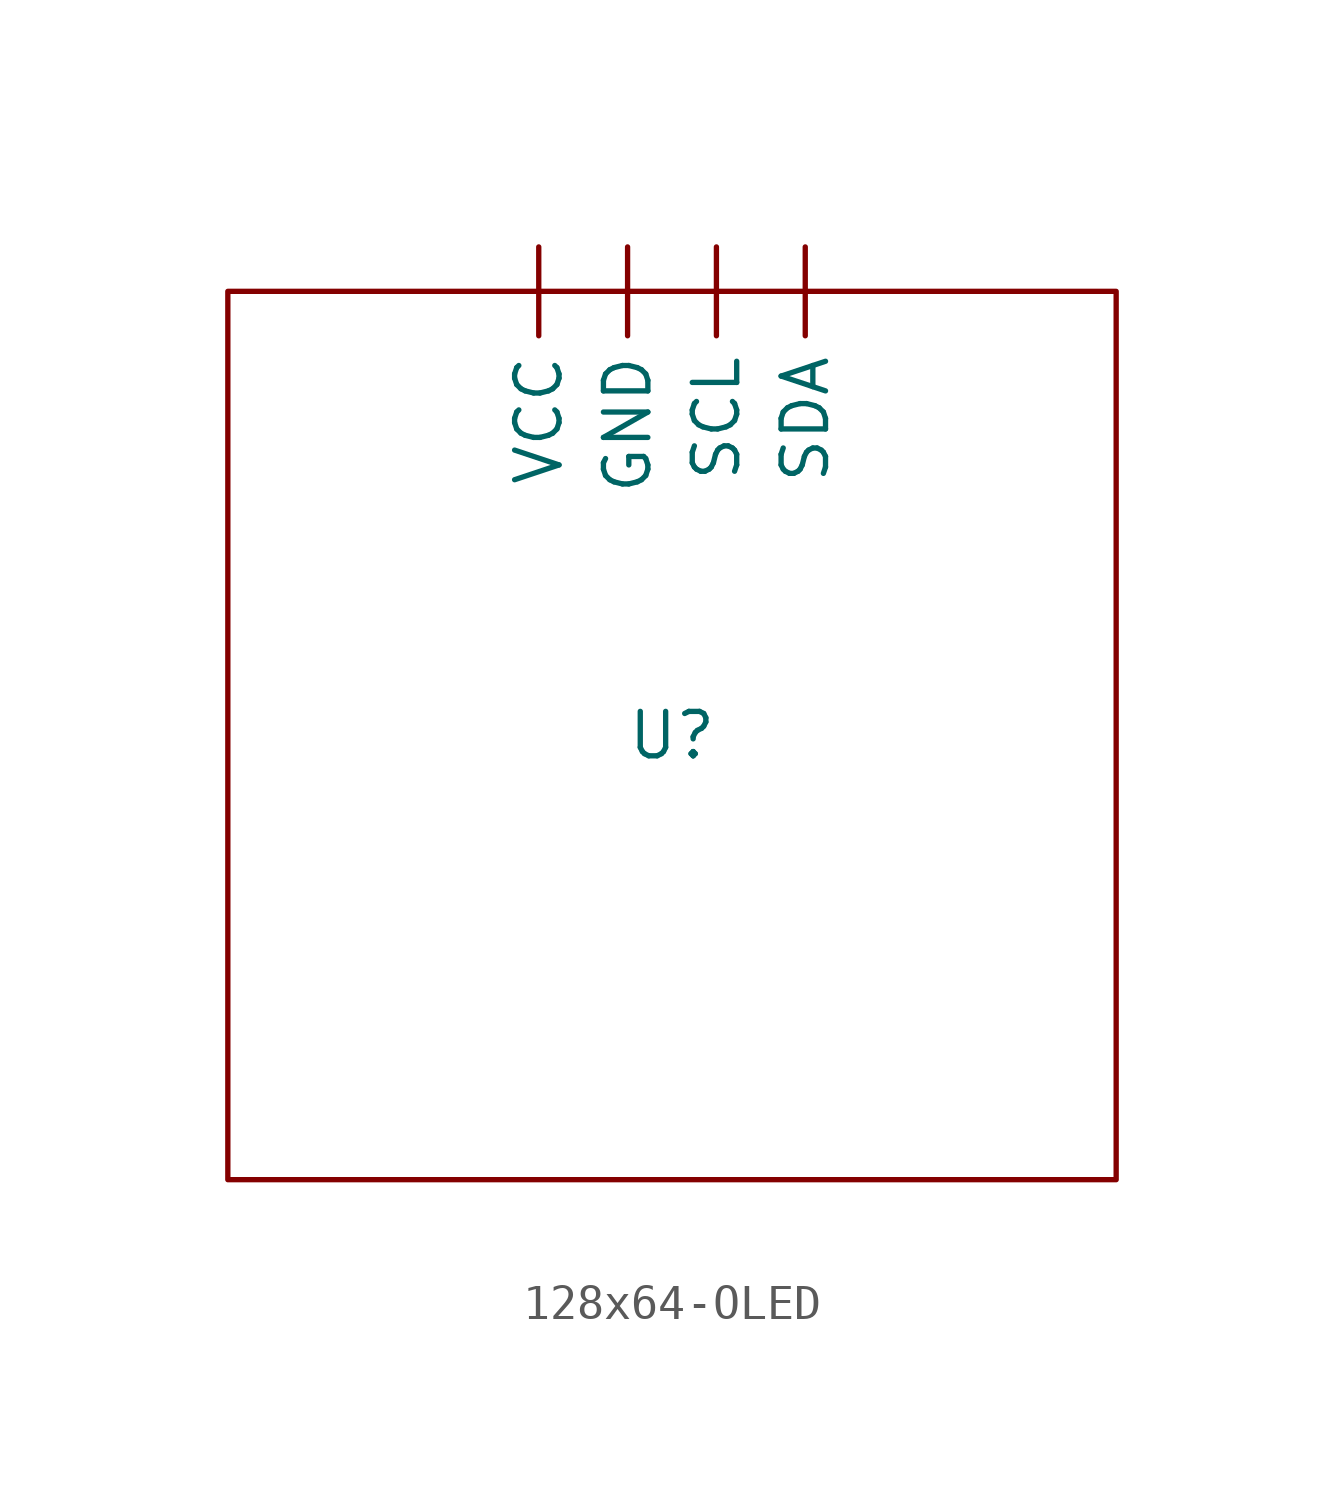
<source format=kicad_sym>
(kicad_symbol_lib
  (version 20241209)
  (generator "kicad_symbol_editor")
  (generator_version "9.0")
  (symbol "128x64-OLED"
    (property "Reference" "U"
      (at 0 0 0)
      (effects (font (size 1.27 1.27))))
    (property "Value" ""
      (at 0 0 0)
      (effects (font (size 1.27 1.27))))
    (symbol "128x64-OLED_0_1"
      (rectangle (start -12.7 12.7) (end 12.7 -12.7) (stroke (width 0) (type default)) (fill (type none))))
    (symbol "128x64-OLED_1_1"
      (pin power_in line (at -3.81 13.97 270) (length 2.54) (name "VCC" (effects (font (size 1.27 1.27)))) (number "" (effects (font (size 1.27 1.27)))))
      (pin power_in line (at -1.27 13.97 270) (length 2.54) (name "GND" (effects (font (size 1.27 1.27)))) (number "" (effects (font (size 1.27 1.27)))))
      (pin input line (at 1.27 13.97 270) (length 2.54) (name "SCL" (effects (font (size 1.27 1.27)))) (number "" (effects (font (size 1.27 1.27)))))
      (pin input line (at 3.81 13.97 270) (length 2.54) (name "SDA" (effects (font (size 1.27 1.27)))) (number "" (effects (font (size 1.27 1.27))))))))
</source>
